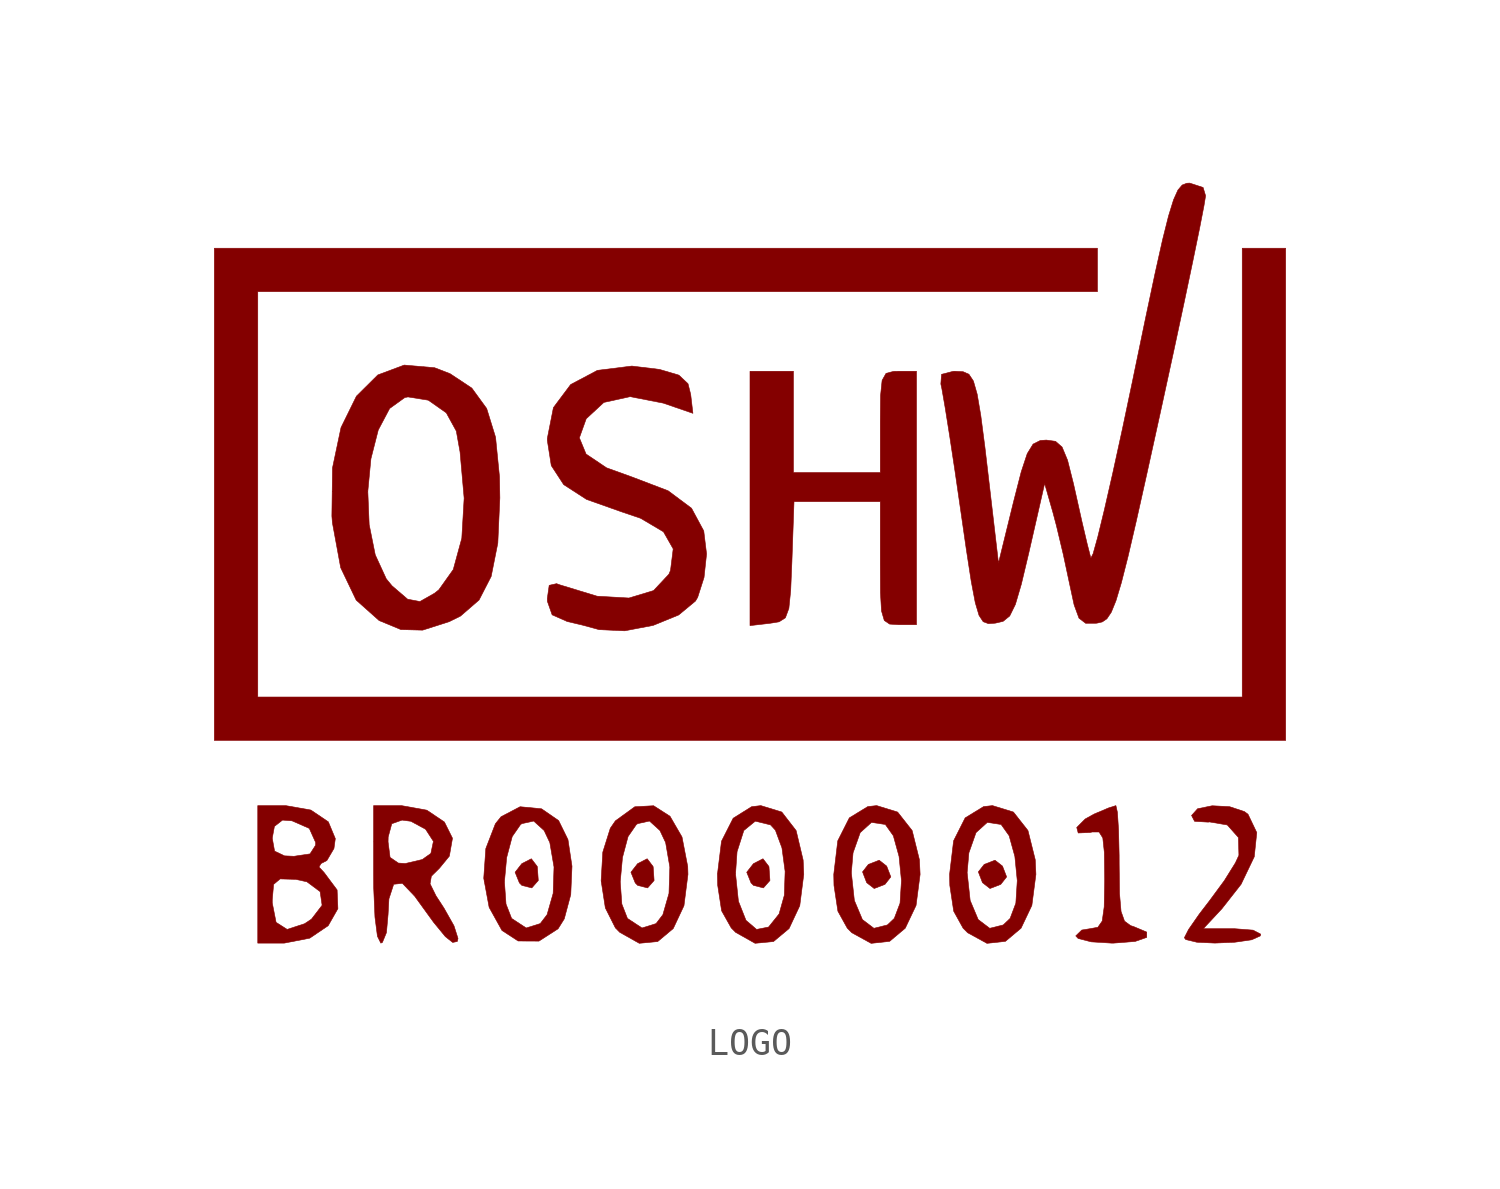
<source format=kicad_sym>
(kicad_symbol_lib
  (version 20220914)
  (generator kicad_symbol_editor)
  (symbol "LOGO"
    (pin_names
      (offset 1.016))
    (property "Reference" "#G"
      (at 0 13.416 0)
      (effects (font (size 1.27 1.27)) hide))
    (symbol "LOGO_0_0"
      (polyline (pts (xy 5.038 -12.127) (xy 5.257 -11.848) (xy 5.101 -11.445) (xy 4.822 -11.226) (xy 4.419 -11.382) (xy 4.201 -11.661) (xy 4.356 -12.064) (xy 4.636 -12.282) (xy 5.038 -12.127)) (stroke (width 0.01) (type default)) (fill (type outline)))
      (polyline (pts (xy 9.361 -12.127) (xy 9.58 -11.848) (xy 9.425 -11.445) (xy 9.145 -11.226) (xy 8.743 -11.382) (xy 8.524 -11.661) (xy 8.679 -12.064) (xy 8.959 -12.282) (xy 9.361 -12.127)) (stroke (width 0.01) (type default)) (fill (type outline)))
      (polyline (pts (xy -7.903 -11.983) (xy -7.939 -11.472) (xy -7.945 -11.455) (xy -8.162 -11.171) (xy -8.518 -11.354) (xy -8.769 -11.675) (xy -8.608 -12.072) (xy -8.515 -12.166) (xy -8.145 -12.259) (xy -7.903 -11.983)) (stroke (width 0.01) (type default)) (fill (type outline)))
      (polyline (pts (xy -3.58 -11.983) (xy -3.615 -11.472) (xy -3.622 -11.455) (xy -3.838 -11.171) (xy -4.195 -11.354) (xy -4.445 -11.675) (xy -4.284 -12.072) (xy -4.192 -12.166) (xy -3.822 -12.259) (xy -3.58 -11.983)) (stroke (width 0.01) (type default)) (fill (type outline)))
      (polyline (pts (xy 0.744 -11.983) (xy 0.708 -11.472) (xy 0.702 -11.455) (xy 0.485 -11.171) (xy 0.129 -11.354) (xy -0.122 -11.675) (xy 0.039 -12.072) (xy 0.132 -12.166) (xy 0.501 -12.259) (xy 0.744 -11.983)) (stroke (width 0.01) (type default)) (fill (type outline)))
      (polyline (pts (xy 19.996 2.432) (xy 19.996 11.619) (xy 19.185 11.619) (xy 18.375 11.619) (xy 18.375 3.243) (xy 18.375 -5.134) (xy 0 -5.134) (xy -18.375 -5.134) (xy -18.375 2.432) (xy -18.375 9.998) (xy -2.702 9.998) (xy 12.97 9.998) (xy 12.97 10.809) (xy 12.97 11.619) (xy -3.513 11.619) (xy -19.996 11.619) (xy -19.996 2.432) (xy -19.996 -6.755) (xy 0 -6.755) (xy 19.996 -6.755) (xy 19.996 2.432)) (stroke (width 0.01) (type default)) (fill (type outline)))
      (polyline (pts (xy 18.099 -14.287) (xy 18.728 -14.196) (xy 19.05 -14.051) (xy 19.064 -13.985) (xy 18.78 -13.836) (xy 18.07 -13.781) (xy 16.922 -13.781) (xy 17.615 -13.038) (xy 18.332 -12.124) (xy 18.824 -11.096) (xy 18.918 -10.195) (xy 18.591 -9.511) (xy 18.457 -9.41) (xy 17.904 -9.227) (xy 17.253 -9.193) (xy 16.71 -9.303) (xy 16.483 -9.555) (xy 16.596 -9.774) (xy 17.107 -9.804) (xy 17.15 -9.796) (xy 17.817 -9.91) (xy 18.232 -10.377) (xy 18.251 -11.041) (xy 18.121 -11.323) (xy 17.707 -11.987) (xy 17.151 -12.742) (xy 16.774 -13.233) (xy 16.372 -13.811) (xy 16.215 -14.119) (xy 16.266 -14.187) (xy 16.679 -14.287) (xy 17.354 -14.319) (xy 18.099 -14.287)) (stroke (width 0.01) (type default)) (fill (type outline)))
      (polyline (pts (xy 0.743 -2.382) (xy 1.087 -2.326) (xy 1.321 -2.177) (xy 1.451 -1.826) (xy 1.519 -1.161) (xy 1.565 -0.068) (xy 1.643 2.162) (xy 3.253 2.162) (xy 4.864 2.162) (xy 4.864 -0.135) (xy 4.87 -1.238) (xy 4.909 -1.921) (xy 5.013 -2.276) (xy 5.212 -2.411) (xy 5.539 -2.432) (xy 6.215 -2.432) (xy 6.215 2.297) (xy 6.215 7.026) (xy 5.539 7.026) (xy 5.359 7.022) (xy 5.079 6.949) (xy 4.932 6.688) (xy 4.874 6.122) (xy 4.864 5.134) (xy 4.864 3.243) (xy 3.243 3.243) (xy 1.621 3.243) (xy 1.621 5.134) (xy 1.621 7.026) (xy 0.811 7.026) (xy 0 7.026) (xy 0 2.279) (xy 0 -2.468) (xy 0.743 -2.382)) (stroke (width 0.01) (type default)) (fill (type outline)))
      (polyline (pts (xy -7.165 -13.786) (xy -6.933 -13.414) (xy -6.691 -12.509) (xy -6.645 -11.45) (xy -6.795 -10.456) (xy -7.144 -9.746) (xy -7.782 -9.306) (xy -8.582 -9.229) (xy -9.292 -9.601) (xy -9.504 -9.865) (xy -9.862 -10.791) (xy -9.939 -11.899) (xy -9.915 -12.031) (xy -9.167 -12.031) (xy -9.083 -11.123) (xy -8.876 -10.342) (xy -8.563 -9.891) (xy -8.509 -9.859) (xy -8.076 -9.763) (xy -7.685 -10.117) (xy -7.472 -10.569) (xy -7.316 -11.48) (xy -7.348 -12.463) (xy -7.575 -13.258) (xy -7.83 -13.591) (xy -8.355 -13.755) (xy -8.899 -13.398) (xy -9.108 -12.862) (xy -9.167 -12.031) (xy -9.915 -12.031) (xy -9.738 -12.985) (xy -9.259 -13.848) (xy -8.656 -14.241) (xy -7.878 -14.245) (xy -7.165 -13.786)) (stroke (width 0.01) (type default)) (fill (type outline)))
      (polyline (pts (xy 0.877 -14.262) (xy 1.458 -13.777) (xy 1.858 -12.923) (xy 2.007 -11.754) (xy 1.984 -11.222) (xy 1.722 -10.119) (xy 1.187 -9.427) (xy 0.405 -9.187) (xy 0.06 -9.228) (xy -0.628 -9.658) (xy -1.064 -10.517) (xy -1.213 -11.733) (xy -0.54 -11.733) (xy -0.483 -10.907) (xy -0.23 -10.116) (xy 0.197 -9.768) (xy 0.766 -9.906) (xy 0.948 -10.104) (xy 1.193 -10.766) (xy 1.311 -11.644) (xy 1.282 -12.533) (xy 1.086 -13.231) (xy 0.693 -13.721) (xy 0.246 -13.809) (xy -0.15 -13.47) (xy -0.432 -12.758) (xy -0.54 -11.733) (xy -1.213 -11.733) (xy -1.216 -11.754) (xy -1.207 -12.155) (xy -1.06 -13.114) (xy -0.701 -13.752) (xy -0.536 -13.919) (xy 0.189 -14.327) (xy 0.877 -14.262)) (stroke (width 0.01) (type default)) (fill (type outline)))
      (polyline (pts (xy 5.212 -14.254) (xy 5.795 -13.764) (xy 6.199 -12.913) (xy 6.35 -11.754) (xy 6.324 -11.208) (xy 6.053 -10.118) (xy 5.51 -9.428) (xy 4.729 -9.187) (xy 4.396 -9.224) (xy 3.708 -9.645) (xy 3.276 -10.502) (xy 3.135 -11.689) (xy 3.783 -11.689) (xy 3.847 -10.949) (xy 4.114 -10.195) (xy 4.535 -9.814) (xy 5.051 -9.891) (xy 5.351 -10.313) (xy 5.564 -11.084) (xy 5.654 -11.991) (xy 5.601 -12.83) (xy 5.386 -13.398) (xy 5.129 -13.642) (xy 4.626 -13.767) (xy 4.196 -13.442) (xy 3.896 -12.729) (xy 3.783 -11.689) (xy 3.135 -11.689) (xy 3.127 -11.754) (xy 3.135 -12.165) (xy 3.281 -13.129) (xy 3.632 -13.763) (xy 3.801 -13.933) (xy 4.522 -14.329) (xy 5.212 -14.254)) (stroke (width 0.01) (type default)) (fill (type outline)))
      (polyline (pts (xy 9.535 -14.254) (xy 10.118 -13.764) (xy 10.522 -12.913) (xy 10.673 -11.754) (xy 10.648 -11.208) (xy 10.376 -10.118) (xy 9.834 -9.428) (xy 9.052 -9.187) (xy 8.72 -9.224) (xy 8.032 -9.645) (xy 7.6 -10.502) (xy 7.458 -11.689) (xy 8.106 -11.689) (xy 8.171 -10.949) (xy 8.437 -10.195) (xy 8.858 -9.814) (xy 9.374 -9.891) (xy 9.674 -10.313) (xy 9.887 -11.084) (xy 9.977 -11.991) (xy 9.924 -12.83) (xy 9.71 -13.398) (xy 9.453 -13.642) (xy 8.949 -13.767) (xy 8.519 -13.442) (xy 8.219 -12.729) (xy 8.106 -11.689) (xy 7.458 -11.689) (xy 7.45 -11.754) (xy 7.459 -12.165) (xy 7.604 -13.129) (xy 7.955 -13.763) (xy 8.124 -13.933) (xy 8.846 -14.329) (xy 9.535 -14.254)) (stroke (width 0.01) (type default)) (fill (type outline)))
      (polyline (pts (xy -3.446 -14.262) (xy -2.866 -13.777) (xy -2.465 -12.923) (xy -2.316 -11.754) (xy -2.325 -11.46) (xy -2.538 -10.359) (xy -2.986 -9.585) (xy -3.598 -9.192) (xy -4.301 -9.231) (xy -5.025 -9.756) (xy -5.215 -10.033) (xy -5.495 -10.924) (xy -5.557 -11.989) (xy -5.551 -12.031) (xy -4.844 -12.031) (xy -4.76 -11.123) (xy -4.552 -10.342) (xy -4.24 -9.891) (xy -4.186 -9.859) (xy -3.752 -9.763) (xy -3.362 -10.117) (xy -3.149 -10.569) (xy -2.993 -11.48) (xy -3.024 -12.463) (xy -3.252 -13.258) (xy -3.506 -13.591) (xy -4.032 -13.755) (xy -4.575 -13.398) (xy -4.784 -12.862) (xy -4.844 -12.031) (xy -5.551 -12.031) (xy -5.4 -13.007) (xy -5.025 -13.752) (xy -4.86 -13.919) (xy -4.134 -14.327) (xy -3.446 -14.262)) (stroke (width 0.01) (type default)) (fill (type outline)))
      (polyline (pts (xy 13.56 -14.321) (xy 14.376 -14.258) (xy 14.809 -14.107) (xy 14.809 -13.908) (xy 14.321 -13.703) (xy 14.208 -13.667) (xy 13.981 -13.5) (xy 13.852 -13.14) (xy 13.794 -12.469) (xy 13.781 -11.374) (xy 13.78 -11.047) (xy 13.758 -10.098) (xy 13.715 -9.436) (xy 13.659 -9.187) (xy 13.39 -9.272) (xy 12.848 -9.501) (xy 12.512 -9.687) (xy 12.197 -10.003) (xy 12.252 -10.209) (xy 12.7 -10.19) (xy 12.777 -10.171) (xy 13.031 -10.173) (xy 13.17 -10.393) (xy 13.228 -10.937) (xy 13.24 -11.915) (xy 13.24 -12.024) (xy 13.222 -12.967) (xy 13.148 -13.497) (xy 12.986 -13.729) (xy 12.7 -13.781) (xy 12.386 -13.832) (xy 12.16 -14.051) (xy 12.251 -14.148) (xy 12.74 -14.273) (xy 13.511 -14.321) (xy 13.56 -14.321)) (stroke (width 0.01) (type default)) (fill (type outline)))
      (polyline (pts (xy -13.723 -14.296) (xy -13.571 -13.927) (xy -13.511 -13.256) (xy -13.479 -12.668) (xy -13.301 -12.123) (xy -12.976 -12.089) (xy -12.514 -12.572) (xy -12.475 -12.627) (xy -11.809 -13.546) (xy -11.371 -14.079) (xy -11.098 -14.295) (xy -10.927 -14.259) (xy -10.9 -14.146) (xy -11.051 -13.673) (xy -11.422 -13.016) (xy -11.722 -12.554) (xy -11.943 -12.106) (xy -11.895 -11.822) (xy -11.596 -11.527) (xy -11.223 -11.073) (xy -11.106 -10.405) (xy -11.408 -9.799) (xy -12.064 -9.358) (xy -13.012 -9.187) (xy -14.051 -9.187) (xy -14.051 -10.538) (xy -13.511 -10.538) (xy -13.507 -10.361) (xy -13.373 -9.864) (xy -12.989 -9.728) (xy -12.659 -9.772) (xy -12.11 -10.07) (xy -11.818 -10.521) (xy -11.913 -10.972) (xy -12.234 -11.2) (xy -12.868 -11.349) (xy -13.127 -11.332) (xy -13.436 -11.12) (xy -13.511 -10.538) (xy -14.051 -10.538) (xy -14.051 -11.754) (xy -14.047 -12.266) (xy -14 -13.352) (xy -13.908 -14.065) (xy -13.781 -14.321) (xy -13.723 -14.296)) (stroke (width 0.01) (type default)) (fill (type outline)))
      (polyline (pts (xy -17.391 -14.321) (xy -16.436 -14.136) (xy -15.746 -13.67) (xy -15.384 -13.034) (xy -15.413 -12.336) (xy -15.897 -11.687) (xy -16.09 -11.48) (xy -16.012 -11.349) (xy -15.795 -11.237) (xy -15.531 -10.789) (xy -15.48 -10.419) (xy -15.741 -9.792) (xy -16.392 -9.353) (xy -17.335 -9.187) (xy -18.375 -9.187) (xy -18.375 -10.403) (xy -17.834 -10.403) (xy -17.753 -9.963) (xy -17.451 -9.728) (xy -17.096 -9.755) (xy -16.451 -10.038) (xy -16.213 -10.567) (xy -16.218 -10.668) (xy -16.424 -10.989) (xy -17.023 -11.079) (xy -17.376 -11.063) (xy -17.747 -10.886) (xy -17.834 -10.403) (xy -18.375 -10.403) (xy -18.375 -11.754) (xy -18.375 -12.818) (xy -17.834 -12.818) (xy -17.834 -12.7) (xy -17.783 -12.127) (xy -17.541 -11.923) (xy -16.958 -11.94) (xy -16.541 -12.031) (xy -16.047 -12.399) (xy -15.973 -12.908) (xy -16.37 -13.425) (xy -16.627 -13.596) (xy -17.28 -13.808) (xy -17.691 -13.545) (xy -17.834 -12.818) (xy -18.375 -12.818) (xy -18.375 -14.321) (xy -17.416 -14.321) (xy -17.391 -14.321)) (stroke (width 0.01) (type default)) (fill (type outline)))
      (polyline (pts (xy -11.223 -2.318) (xy -10.807 -2.112) (xy -10.115 -1.513) (xy -9.662 -0.632) (xy -9.414 0.611) (xy -9.338 2.297) (xy -9.352 3.092) (xy -9.498 4.564) (xy -9.83 5.637) (xy -10.385 6.399) (xy -11.196 6.936) (xy -11.774 7.159) (xy -12.908 7.258) (xy -13.893 6.89) (xy -14.691 6.098) (xy -15.267 4.926) (xy -15.585 3.419) (xy -15.596 2.54) (xy -14.267 2.54) (xy -14.151 3.759) (xy -13.877 4.834) (xy -13.452 5.638) (xy -12.887 6.045) (xy -12.767 6.069) (xy -12.01 5.947) (xy -11.337 5.474) (xy -10.963 4.793) (xy -10.824 4.016) (xy -10.671 2.287) (xy -10.758 0.794) (xy -11.077 -0.375) (xy -11.617 -1.133) (xy -11.779 -1.261) (xy -12.321 -1.569) (xy -12.781 -1.482) (xy -13.364 -0.982) (xy -13.578 -0.722) (xy -13.989 0.173) (xy -14.216 1.302) (xy -14.267 2.54) (xy -15.596 2.54) (xy -15.608 1.619) (xy -15.588 1.368) (xy -15.28 -0.305) (xy -14.7 -1.517) (xy -13.845 -2.279) (xy -13.034 -2.615) (xy -12.22 -2.637) (xy -11.223 -2.318)) (stroke (width 0.01) (type default)) (fill (type outline)))
      (polyline (pts (xy -3.615 -2.46) (xy -2.663 -2.071) (xy -2.035 -1.551) (xy -1.953 -1.411) (xy -1.716 -0.671) (xy -1.621 0.207) (xy -1.726 1.066) (xy -2.183 1.914) (xy -3.057 2.566) (xy -4.408 3.081) (xy -5.354 3.422) (xy -6.12 3.937) (xy -6.37 4.542) (xy -6.114 5.254) (xy -5.455 5.864) (xy -4.477 6.079) (xy -3.238 5.838) (xy -2.131 5.457) (xy -2.214 6.163) (xy -2.314 6.561) (xy -2.654 6.882) (xy -3.378 7.096) (xy -4.41 7.221) (xy -5.698 7.06) (xy -6.695 6.531) (xy -7.338 5.671) (xy -7.566 4.519) (xy -7.566 4.447) (xy -7.418 3.505) (xy -6.955 2.795) (xy -6.102 2.243) (xy -4.783 1.776) (xy -4.084 1.539) (xy -3.23 1.034) (xy -2.867 0.397) (xy -2.967 -0.405) (xy -3.027 -0.548) (xy -3.6 -1.16) (xy -4.518 -1.438) (xy -5.708 -1.37) (xy -7.093 -0.948) (xy -7.221 -0.902) (xy -7.496 -0.964) (xy -7.566 -1.452) (xy -7.564 -1.56) (xy -7.386 -2.066) (xy -6.823 -2.315) (xy -6.258 -2.448) (xy -5.81 -2.569) (xy -5.634 -2.618) (xy -4.676 -2.662) (xy -3.615 -2.46)) (stroke (width 0.01) (type default)) (fill (type outline)))
      (polyline (pts (xy 9.152 -2.377) (xy 9.447 -2.309) (xy 9.695 -2.108) (xy 9.907 -1.677) (xy 10.13 -0.918) (xy 10.413 0.27) (xy 10.999 2.837) (xy 11.308 1.756) (xy 11.439 1.263) (xy 11.693 0.198) (xy 11.926 -0.892) (xy 12.099 -1.694) (xy 12.282 -2.192) (xy 12.53 -2.381) (xy 12.923 -2.379) (xy 12.955 -2.375) (xy 13.151 -2.33) (xy 13.322 -2.213) (xy 13.487 -1.968) (xy 13.662 -1.537) (xy 13.864 -0.863) (xy 14.112 0.112) (xy 14.422 1.443) (xy 14.812 3.188) (xy 15.3 5.404) (xy 15.404 5.88) (xy 15.829 7.833) (xy 16.21 9.612) (xy 16.533 11.147) (xy 16.784 12.367) (xy 16.946 13.201) (xy 17.007 13.578) (xy 16.914 13.888) (xy 16.414 14.051) (xy 16.306 14.045) (xy 16.134 13.979) (xy 15.975 13.793) (xy 15.811 13.428) (xy 15.625 12.827) (xy 15.4 11.93) (xy 15.12 10.678) (xy 14.767 9.014) (xy 14.324 6.879) (xy 14.293 6.728) (xy 13.903 4.876) (xy 13.544 3.235) (xy 13.232 1.869) (xy 12.982 0.841) (xy 12.808 0.216) (xy 12.725 0.056) (xy 12.714 0.091) (xy 12.588 0.579) (xy 12.392 1.413) (xy 12.164 2.432) (xy 12.075 2.831) (xy 11.854 3.707) (xy 11.65 4.197) (xy 11.406 4.411) (xy 11.061 4.458) (xy 10.836 4.442) (xy 10.568 4.308) (xy 10.349 3.951) (xy 10.124 3.27) (xy 9.84 2.162) (xy 9.276 -0.135) (xy 8.945 2.702) (xy 8.771 4.181) (xy 8.616 5.372) (xy 8.48 6.173) (xy 8.34 6.662) (xy 8.172 6.915) (xy 7.953 7.011) (xy 7.661 7.026) (xy 7.588 7.025) (xy 7.151 6.913) (xy 7.124 6.553) (xy 7.164 6.366) (xy 7.283 5.681) (xy 7.451 4.625) (xy 7.652 3.3) (xy 7.868 1.811) (xy 8.077 0.361) (xy 8.259 -0.821) (xy 8.409 -1.611) (xy 8.55 -2.087) (xy 8.705 -2.322) (xy 8.898 -2.394) (xy 9.152 -2.377)) (stroke (width 0.01) (type default)) (fill (type outline))))))
</source>
